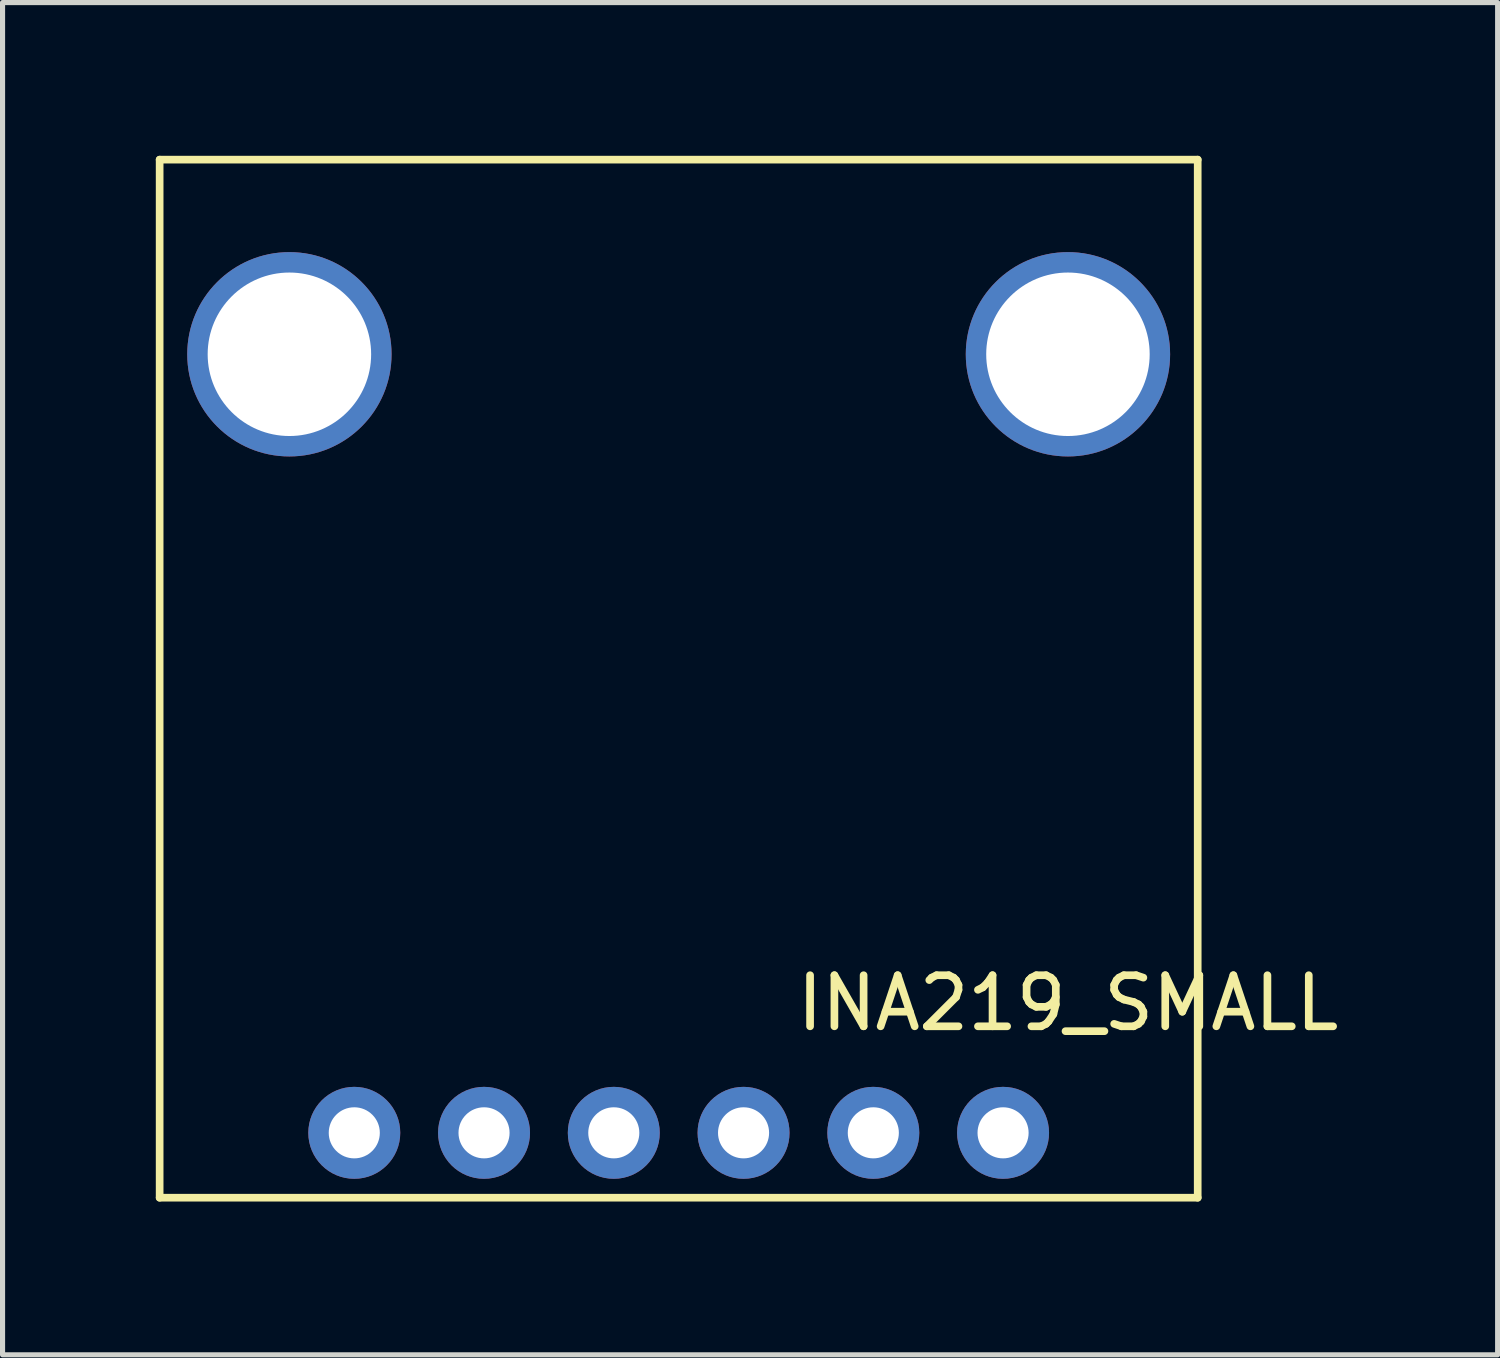
<source format=kicad_pcb>
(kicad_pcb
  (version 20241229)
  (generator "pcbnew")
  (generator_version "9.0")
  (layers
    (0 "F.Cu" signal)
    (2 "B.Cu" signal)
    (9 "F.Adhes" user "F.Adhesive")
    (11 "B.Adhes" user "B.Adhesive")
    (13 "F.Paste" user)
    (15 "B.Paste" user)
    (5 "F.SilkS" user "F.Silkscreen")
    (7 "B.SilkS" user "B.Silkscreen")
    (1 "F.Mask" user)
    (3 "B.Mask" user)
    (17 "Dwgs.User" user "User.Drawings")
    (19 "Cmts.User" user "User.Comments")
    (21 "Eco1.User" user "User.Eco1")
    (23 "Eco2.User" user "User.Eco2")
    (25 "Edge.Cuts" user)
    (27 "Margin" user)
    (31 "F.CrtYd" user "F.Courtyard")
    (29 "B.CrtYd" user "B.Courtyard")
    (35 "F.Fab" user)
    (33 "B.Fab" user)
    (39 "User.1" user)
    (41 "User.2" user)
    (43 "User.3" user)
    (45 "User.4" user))
  (footprint "INA219_SMALL"
    (layer "F.Cu")
    (at 3.885 19.125)
    (property "Reference" "INA219_SMALL" (at 13.97 -2.54 0) (layer "F.SilkS") (effects (font (size 1 1) (thickness 0.15))))
    (attr through_hole)
    (fp_line (start -3.81 1.27) (end -3.81 -19.05) (stroke (width 0.15) (type solid)) (layer "F.SilkS"))
    (fp_line (start 16.51 -19.05) (end -3.81 -19.05) (stroke (width 0.15) (type solid)) (layer "F.SilkS"))
    (fp_line (start 16.51 1.27) (end -3.81 1.27) (stroke (width 0.15) (type solid)) (layer "F.SilkS"))
    (fp_line (start 16.51 1.27) (end 16.51 -19.05) (stroke (width 0.15) (type solid)) (layer "F.SilkS"))
    (pad "" thru_hole circle (at -1.27 -15.24) (size 4 4) (drill 3.2) (layers "*.Cu" "*.Mask"))
    (pad "" thru_hole circle (at 13.97 -15.24) (size 4 4) (drill 3.2) (layers "*.Cu" "*.Mask"))
    (pad "GND" thru_hole circle (at 2.54 0) (size 1.8 1.8) (drill 1) (layers "*.Cu" "*.Mask"))
    (pad "SCL" thru_hole circle (at 5.08 0) (size 1.8 1.8) (drill 1) (layers "*.Cu" "*.Mask"))
    (pad "SDA" thru_hole circle (at 7.62 0) (size 1.8 1.8) (drill 1) (layers "*.Cu" "*.Mask"))
    (pad "VCC" thru_hole circle (at 0 0) (size 1.8 1.8) (drill 1) (layers "*.Cu" "*.Mask"))
    (pad "VIN+" thru_hole circle (at 12.7 0) (size 1.8 1.8) (drill 1) (layers "*.Cu" "*.Mask"))
    (pad "VIN-" thru_hole circle (at 10.16 0) (size 1.8 1.8) (drill 1) (layers "*.Cu" "*.Mask")))
  (gr_rect
    (start -3 -3)
    (end 26.266 23.47)
    (stroke (width 0.1) (type default))
    (fill no)
    (layer "Edge.Cuts")))
</source>
